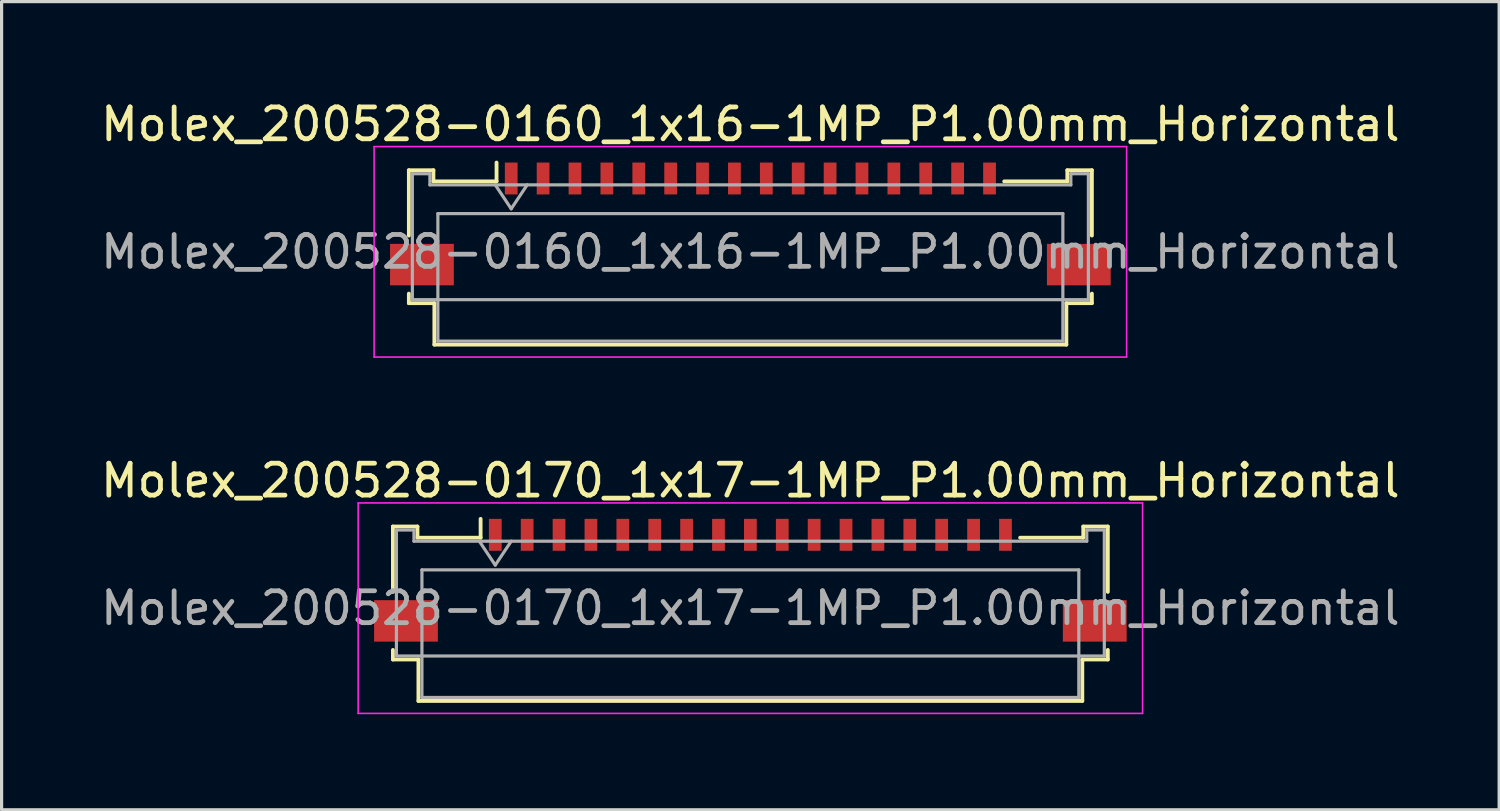
<source format=kicad_pcb>
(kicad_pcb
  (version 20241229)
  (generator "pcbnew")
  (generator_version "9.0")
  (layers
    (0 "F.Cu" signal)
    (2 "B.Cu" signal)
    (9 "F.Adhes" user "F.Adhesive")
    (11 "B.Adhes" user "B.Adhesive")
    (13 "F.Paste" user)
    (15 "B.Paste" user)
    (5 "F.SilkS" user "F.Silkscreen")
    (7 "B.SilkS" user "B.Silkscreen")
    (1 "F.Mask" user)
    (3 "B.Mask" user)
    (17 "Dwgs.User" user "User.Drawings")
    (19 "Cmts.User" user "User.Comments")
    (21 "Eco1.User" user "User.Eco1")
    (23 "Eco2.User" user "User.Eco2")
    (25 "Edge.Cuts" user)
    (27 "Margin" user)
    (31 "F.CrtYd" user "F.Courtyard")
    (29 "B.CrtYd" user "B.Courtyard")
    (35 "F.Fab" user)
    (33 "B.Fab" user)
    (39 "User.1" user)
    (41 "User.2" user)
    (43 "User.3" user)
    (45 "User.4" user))
  (footprint "Molex_200528-0170_1x17-1MP_P1.00mm_Horizontal"
    (layer "F.Cu")
    (at 20.482 14.632)
    (property "Reference" "Molex_200528-0170_1x17-1MP_P1.00mm_Horizontal" (at 0 -2.61 0) (layer "F.SilkS") (effects (font (size 1 1) (thickness 0.15))))
    (attr smd)
    (fp_line (start -11.21 -1.17) (end -11.21 0.88) (stroke (width 0.12) (type solid)) (layer "F.SilkS"))
    (fp_line (start -11.21 2.7) (end -11.21 3) (stroke (width 0.12) (type solid)) (layer "F.SilkS"))
    (fp_line (start -11.21 3) (end -10.41 3) (stroke (width 0.12) (type solid)) (layer "F.SilkS"))
    (fp_line (start -10.44 -1.17) (end -11.21 -1.17) (stroke (width 0.12) (type solid)) (layer "F.SilkS"))
    (fp_line (start -10.44 -0.82) (end -10.44 -1.17) (stroke (width 0.12) (type solid)) (layer "F.SilkS"))
    (fp_line (start -10.41 3) (end -10.41 4.3) (stroke (width 0.12) (type solid)) (layer "F.SilkS"))
    (fp_line (start -10.41 4.3) (end 10.41 4.3) (stroke (width 0.12) (type solid)) (layer "F.SilkS"))
    (fp_line (start -8.46 -1.41) (end -8.46 -0.82) (stroke (width 0.12) (type solid)) (layer "F.SilkS"))
    (fp_line (start -8.46 -0.82) (end -10.44 -0.82) (stroke (width 0.12) (type solid)) (layer "F.SilkS"))
    (fp_line (start 10.41 3) (end 11.21 3) (stroke (width 0.12) (type solid)) (layer "F.SilkS"))
    (fp_line (start 10.41 4.3) (end 10.41 3) (stroke (width 0.12) (type solid)) (layer "F.SilkS"))
    (fp_line (start 10.44 -1.17) (end 10.44 -0.82) (stroke (width 0.12) (type solid)) (layer "F.SilkS"))
    (fp_line (start 10.44 -0.82) (end 8.46 -0.82) (stroke (width 0.12) (type solid)) (layer "F.SilkS"))
    (fp_line (start 11.21 -1.17) (end 10.44 -1.17) (stroke (width 0.12) (type solid)) (layer "F.SilkS"))
    (fp_line (start 11.21 0.88) (end 11.21 -1.17) (stroke (width 0.12) (type solid)) (layer "F.SilkS"))
    (fp_line (start 11.21 3) (end 11.21 2.7) (stroke (width 0.12) (type solid)) (layer "F.SilkS"))
    (fp_line (start -12.3 -1.91) (end -12.3 4.69) (stroke (width 0.05) (type solid)) (layer "F.CrtYd"))
    (fp_line (start -12.3 4.69) (end 12.3 4.69) (stroke (width 0.05) (type solid)) (layer "F.CrtYd"))
    (fp_line (start 12.3 -1.91) (end -12.3 -1.91) (stroke (width 0.05) (type solid)) (layer "F.CrtYd"))
    (fp_line (start 12.3 4.69) (end 12.3 -1.91) (stroke (width 0.05) (type solid)) (layer "F.CrtYd"))
    (fp_line (start -11.1 -1.06) (end -11.1 2.89) (stroke (width 0.1) (type solid)) (layer "F.Fab"))
    (fp_line (start -11.1 2.89) (end 11.1 2.89) (stroke (width 0.1) (type solid)) (layer "F.Fab"))
    (fp_line (start -10.55 -1.06) (end -11.1 -1.06) (stroke (width 0.1) (type solid)) (layer "F.Fab"))
    (fp_line (start -10.55 -0.71) (end -10.55 -1.06) (stroke (width 0.1) (type solid)) (layer "F.Fab"))
    (fp_line (start -10.3 0.19) (end -10.3 4.19) (stroke (width 0.1) (type solid)) (layer "F.Fab"))
    (fp_line (start -10.3 4.19) (end 10.3 4.19) (stroke (width 0.1) (type solid)) (layer "F.Fab"))
    (fp_line (start -8.5 -0.71) (end -8 0.04) (stroke (width 0.1) (type solid)) (layer "F.Fab"))
    (fp_line (start -8 0.04) (end -7.5 -0.71) (stroke (width 0.1) (type solid)) (layer "F.Fab"))
    (fp_line (start 10.3 0.19) (end -10.3 0.19) (stroke (width 0.1) (type solid)) (layer "F.Fab"))
    (fp_line (start 10.3 4.19) (end 10.3 0.19) (stroke (width 0.1) (type solid)) (layer "F.Fab"))
    (fp_line (start 10.55 -1.06) (end 10.55 -0.71) (stroke (width 0.1) (type solid)) (layer "F.Fab"))
    (fp_line (start 10.55 -0.71) (end -10.55 -0.71) (stroke (width 0.1) (type solid)) (layer "F.Fab"))
    (fp_line (start 11.1 -1.06) (end 10.55 -1.06) (stroke (width 0.1) (type solid)) (layer "F.Fab"))
    (fp_line (start 11.1 2.89) (end 11.1 -1.06) (stroke (width 0.1) (type solid)) (layer "F.Fab"))
    (fp_text user "${REFERENCE}" (at 0 1.39 0) (layer "F.Fab") (effects (font (size 1 1) (thickness 0.15))))
    (pad "1" smd rect (at -8 -0.91) (size 0.4 1) (layers "F.Cu" "F.Mask" "F.Paste"))
    (pad "2" smd rect (at -7 -0.91) (size 0.4 1) (layers "F.Cu" "F.Mask" "F.Paste"))
    (pad "3" smd rect (at -6 -0.91) (size 0.4 1) (layers "F.Cu" "F.Mask" "F.Paste"))
    (pad "4" smd rect (at -5 -0.91) (size 0.4 1) (layers "F.Cu" "F.Mask" "F.Paste"))
    (pad "5" smd rect (at -4 -0.91) (size 0.4 1) (layers "F.Cu" "F.Mask" "F.Paste"))
    (pad "6" smd rect (at -3 -0.91) (size 0.4 1) (layers "F.Cu" "F.Mask" "F.Paste"))
    (pad "7" smd rect (at -2 -0.91) (size 0.4 1) (layers "F.Cu" "F.Mask" "F.Paste"))
    (pad "8" smd rect (at -1 -0.91) (size 0.4 1) (layers "F.Cu" "F.Mask" "F.Paste"))
    (pad "9" smd rect (at 0 -0.91) (size 0.4 1) (layers "F.Cu" "F.Mask" "F.Paste"))
    (pad "10" smd rect (at 1 -0.91) (size 0.4 1) (layers "F.Cu" "F.Mask" "F.Paste"))
    (pad "11" smd rect (at 2 -0.91) (size 0.4 1) (layers "F.Cu" "F.Mask" "F.Paste"))
    (pad "12" smd rect (at 3 -0.91) (size 0.4 1) (layers "F.Cu" "F.Mask" "F.Paste"))
    (pad "13" smd rect (at 4 -0.91) (size 0.4 1) (layers "F.Cu" "F.Mask" "F.Paste"))
    (pad "14" smd rect (at 5 -0.91) (size 0.4 1) (layers "F.Cu" "F.Mask" "F.Paste"))
    (pad "15" smd rect (at 6 -0.91) (size 0.4 1) (layers "F.Cu" "F.Mask" "F.Paste"))
    (pad "16" smd rect (at 7 -0.91) (size 0.4 1) (layers "F.Cu" "F.Mask" "F.Paste"))
    (pad "17" smd rect (at 8 -0.91) (size 0.4 1) (layers "F.Cu" "F.Mask" "F.Paste"))
    (pad "MP" smd rect (at -10.8 1.79) (size 2 1.3) (layers "F.Cu" "F.Mask" "F.Paste"))
    (pad "MP" smd rect (at 10.8 1.79) (size 2 1.3) (layers "F.Cu" "F.Mask" "F.Paste")))
  (footprint "Molex_200528-0160_1x16-1MP_P1.00mm_Horizontal"
    (layer "F.Cu")
    (at 20.482 3.458)
    (property "Reference" "Molex_200528-0160_1x16-1MP_P1.00mm_Horizontal" (at 0 -2.61 0) (layer "F.SilkS") (effects (font (size 1 1) (thickness 0.15))))
    (attr smd)
    (fp_line (start -10.71 -1.17) (end -10.71 0.88) (stroke (width 0.12) (type solid)) (layer "F.SilkS"))
    (fp_line (start -10.71 2.7) (end -10.71 3) (stroke (width 0.12) (type solid)) (layer "F.SilkS"))
    (fp_line (start -10.71 3) (end -9.91 3) (stroke (width 0.12) (type solid)) (layer "F.SilkS"))
    (fp_line (start -9.94 -1.17) (end -10.71 -1.17) (stroke (width 0.12) (type solid)) (layer "F.SilkS"))
    (fp_line (start -9.94 -0.82) (end -9.94 -1.17) (stroke (width 0.12) (type solid)) (layer "F.SilkS"))
    (fp_line (start -9.91 3) (end -9.91 4.3) (stroke (width 0.12) (type solid)) (layer "F.SilkS"))
    (fp_line (start -9.91 4.3) (end 9.91 4.3) (stroke (width 0.12) (type solid)) (layer "F.SilkS"))
    (fp_line (start -7.96 -1.41) (end -7.96 -0.82) (stroke (width 0.12) (type solid)) (layer "F.SilkS"))
    (fp_line (start -7.96 -0.82) (end -9.94 -0.82) (stroke (width 0.12) (type solid)) (layer "F.SilkS"))
    (fp_line (start 9.91 3) (end 10.71 3) (stroke (width 0.12) (type solid)) (layer "F.SilkS"))
    (fp_line (start 9.91 4.3) (end 9.91 3) (stroke (width 0.12) (type solid)) (layer "F.SilkS"))
    (fp_line (start 9.94 -1.17) (end 9.94 -0.82) (stroke (width 0.12) (type solid)) (layer "F.SilkS"))
    (fp_line (start 9.94 -0.82) (end 7.96 -0.82) (stroke (width 0.12) (type solid)) (layer "F.SilkS"))
    (fp_line (start 10.71 -1.17) (end 9.94 -1.17) (stroke (width 0.12) (type solid)) (layer "F.SilkS"))
    (fp_line (start 10.71 0.88) (end 10.71 -1.17) (stroke (width 0.12) (type solid)) (layer "F.SilkS"))
    (fp_line (start 10.71 3) (end 10.71 2.7) (stroke (width 0.12) (type solid)) (layer "F.SilkS"))
    (fp_line (start -11.8 -1.91) (end -11.8 4.69) (stroke (width 0.05) (type solid)) (layer "F.CrtYd"))
    (fp_line (start -11.8 4.69) (end 11.8 4.69) (stroke (width 0.05) (type solid)) (layer "F.CrtYd"))
    (fp_line (start 11.8 -1.91) (end -11.8 -1.91) (stroke (width 0.05) (type solid)) (layer "F.CrtYd"))
    (fp_line (start 11.8 4.69) (end 11.8 -1.91) (stroke (width 0.05) (type solid)) (layer "F.CrtYd"))
    (fp_line (start -10.6 -1.06) (end -10.6 2.89) (stroke (width 0.1) (type solid)) (layer "F.Fab"))
    (fp_line (start -10.6 2.89) (end 10.6 2.89) (stroke (width 0.1) (type solid)) (layer "F.Fab"))
    (fp_line (start -10.05 -1.06) (end -10.6 -1.06) (stroke (width 0.1) (type solid)) (layer "F.Fab"))
    (fp_line (start -10.05 -0.71) (end -10.05 -1.06) (stroke (width 0.1) (type solid)) (layer "F.Fab"))
    (fp_line (start -9.8 0.19) (end -9.8 4.19) (stroke (width 0.1) (type solid)) (layer "F.Fab"))
    (fp_line (start -9.8 4.19) (end 9.8 4.19) (stroke (width 0.1) (type solid)) (layer "F.Fab"))
    (fp_line (start -8 -0.71) (end -7.5 0.04) (stroke (width 0.1) (type solid)) (layer "F.Fab"))
    (fp_line (start -7.5 0.04) (end -7 -0.71) (stroke (width 0.1) (type solid)) (layer "F.Fab"))
    (fp_line (start 9.8 0.19) (end -9.8 0.19) (stroke (width 0.1) (type solid)) (layer "F.Fab"))
    (fp_line (start 9.8 4.19) (end 9.8 0.19) (stroke (width 0.1) (type solid)) (layer "F.Fab"))
    (fp_line (start 10.05 -1.06) (end 10.05 -0.71) (stroke (width 0.1) (type solid)) (layer "F.Fab"))
    (fp_line (start 10.05 -0.71) (end -10.05 -0.71) (stroke (width 0.1) (type solid)) (layer "F.Fab"))
    (fp_line (start 10.6 -1.06) (end 10.05 -1.06) (stroke (width 0.1) (type solid)) (layer "F.Fab"))
    (fp_line (start 10.6 2.89) (end 10.6 -1.06) (stroke (width 0.1) (type solid)) (layer "F.Fab"))
    (fp_text user "${REFERENCE}" (at 0 1.39 0) (layer "F.Fab") (effects (font (size 1 1) (thickness 0.15))))
    (pad "1" smd rect (at -7.5 -0.91) (size 0.4 1) (layers "F.Cu" "F.Mask" "F.Paste"))
    (pad "2" smd rect (at -6.5 -0.91) (size 0.4 1) (layers "F.Cu" "F.Mask" "F.Paste"))
    (pad "3" smd rect (at -5.5 -0.91) (size 0.4 1) (layers "F.Cu" "F.Mask" "F.Paste"))
    (pad "4" smd rect (at -4.5 -0.91) (size 0.4 1) (layers "F.Cu" "F.Mask" "F.Paste"))
    (pad "5" smd rect (at -3.5 -0.91) (size 0.4 1) (layers "F.Cu" "F.Mask" "F.Paste"))
    (pad "6" smd rect (at -2.5 -0.91) (size 0.4 1) (layers "F.Cu" "F.Mask" "F.Paste"))
    (pad "7" smd rect (at -1.5 -0.91) (size 0.4 1) (layers "F.Cu" "F.Mask" "F.Paste"))
    (pad "8" smd rect (at -0.5 -0.91) (size 0.4 1) (layers "F.Cu" "F.Mask" "F.Paste"))
    (pad "9" smd rect (at 0.5 -0.91) (size 0.4 1) (layers "F.Cu" "F.Mask" "F.Paste"))
    (pad "10" smd rect (at 1.5 -0.91) (size 0.4 1) (layers "F.Cu" "F.Mask" "F.Paste"))
    (pad "11" smd rect (at 2.5 -0.91) (size 0.4 1) (layers "F.Cu" "F.Mask" "F.Paste"))
    (pad "12" smd rect (at 3.5 -0.91) (size 0.4 1) (layers "F.Cu" "F.Mask" "F.Paste"))
    (pad "13" smd rect (at 4.5 -0.91) (size 0.4 1) (layers "F.Cu" "F.Mask" "F.Paste"))
    (pad "14" smd rect (at 5.5 -0.91) (size 0.4 1) (layers "F.Cu" "F.Mask" "F.Paste"))
    (pad "15" smd rect (at 6.5 -0.91) (size 0.4 1) (layers "F.Cu" "F.Mask" "F.Paste"))
    (pad "16" smd rect (at 7.5 -0.91) (size 0.4 1) (layers "F.Cu" "F.Mask" "F.Paste"))
    (pad "MP" smd rect (at -10.3 1.79) (size 2 1.3) (layers "F.Cu" "F.Mask" "F.Paste"))
    (pad "MP" smd rect (at 10.3 1.79) (size 2 1.3) (layers "F.Cu" "F.Mask" "F.Paste")))
  (gr_rect
    (start -3 -3)
    (end 43.964 22.346)
    (stroke (width 0.1) (type default))
    (fill no)
    (layer "Edge.Cuts")))
</source>
